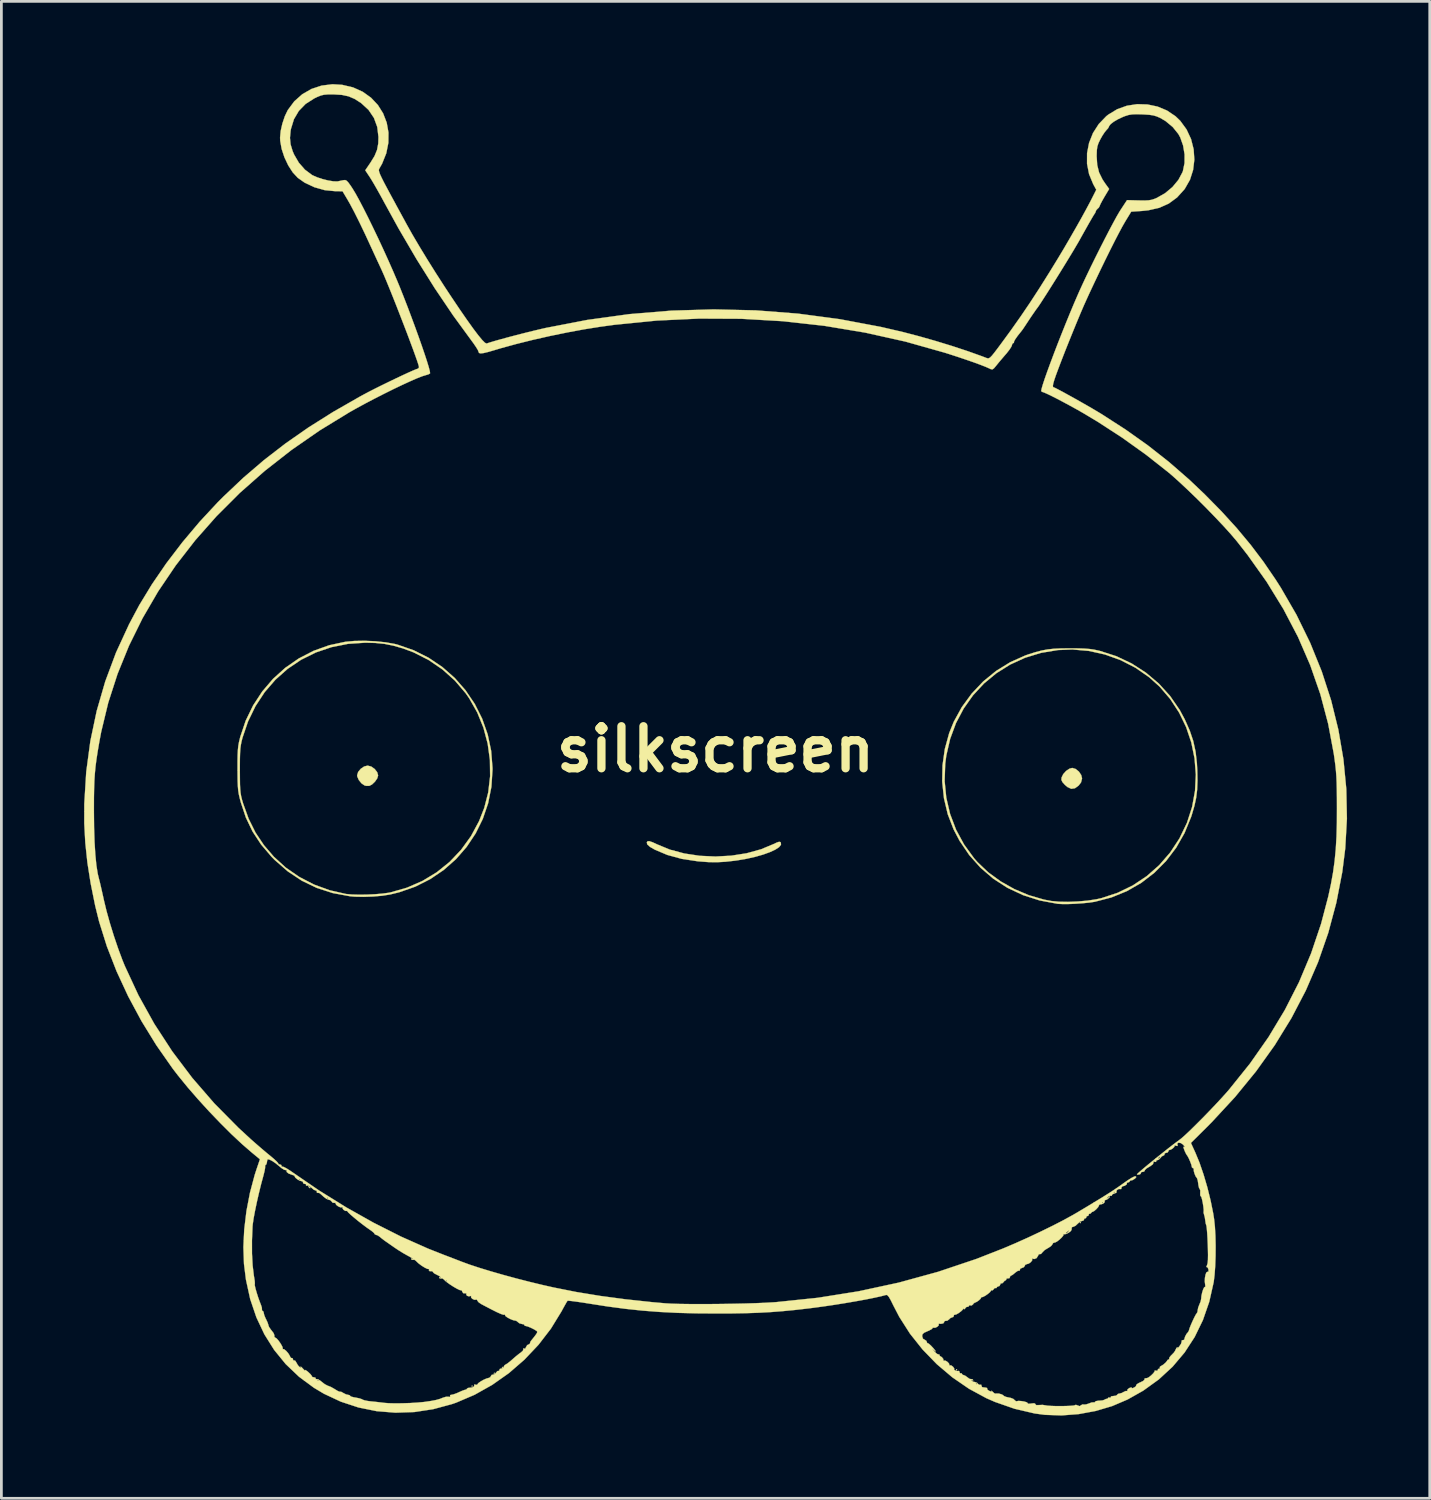
<source format=kicad_pcb>
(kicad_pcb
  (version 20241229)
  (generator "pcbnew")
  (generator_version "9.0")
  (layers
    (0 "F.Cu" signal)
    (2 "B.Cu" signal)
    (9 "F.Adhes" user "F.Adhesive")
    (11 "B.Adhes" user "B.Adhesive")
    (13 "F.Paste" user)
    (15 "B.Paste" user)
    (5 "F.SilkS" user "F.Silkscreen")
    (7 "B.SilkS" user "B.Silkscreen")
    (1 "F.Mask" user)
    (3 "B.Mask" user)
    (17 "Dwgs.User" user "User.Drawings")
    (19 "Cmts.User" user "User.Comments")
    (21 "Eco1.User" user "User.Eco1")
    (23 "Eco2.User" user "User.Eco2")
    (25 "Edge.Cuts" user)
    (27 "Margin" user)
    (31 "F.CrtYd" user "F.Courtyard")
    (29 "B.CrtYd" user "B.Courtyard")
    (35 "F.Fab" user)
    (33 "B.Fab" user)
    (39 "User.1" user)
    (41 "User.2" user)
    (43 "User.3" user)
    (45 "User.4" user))
  (footprint "silkscreen"
    (layer "F.Cu")
    (at 22.896 24.12)
    (property "Reference" "silkscreen" (at 0 0 0) (layer "F.SilkS") (effects (font (size 1.524 1.524) (thickness 0.3))))
    (attr through_hole)
    (fp_poly (pts (xy -8.805 23.093) (xy -8.826 23.114) (xy -8.848 23.093) (xy -8.826 23.072) (xy -8.805 23.093)) (stroke (width 0.01) (type solid)) (fill yes) (layer "F.SilkS"))
    (fp_poly (pts (xy -8.001 22.627) (xy -8.022 22.648) (xy -8.043 22.627) (xy -8.022 22.606) (xy -8.001 22.627)) (stroke (width 0.01) (type solid)) (fill yes) (layer "F.SilkS"))
    (fp_poly (pts (xy -7.705 22.416) (xy -7.726 22.437) (xy -7.747 22.416) (xy -7.726 22.394) (xy -7.705 22.416)) (stroke (width 0.01) (type solid)) (fill yes) (layer "F.SilkS"))
    (fp_poly (pts (xy 8.763 22.5) (xy 8.742 22.521) (xy 8.721 22.5) (xy 8.742 22.479) (xy 8.763 22.5)) (stroke (width 0.01) (type solid)) (fill yes) (layer "F.SilkS"))
    (fp_poly (pts (xy 13.25 17.166) (xy 13.229 17.187) (xy 13.208 17.166) (xy 13.229 17.145) (xy 13.25 17.166)) (stroke (width 0.01) (type solid)) (fill yes) (layer "F.SilkS"))
    (fp_poly (pts (xy -14.739 15.85) (xy -14.693 15.892) (xy -14.702 15.917) (xy -14.708 15.917) (xy -14.744 15.887) (xy -14.757 15.868) (xy -14.762 15.839) (xy -14.739 15.85)) (stroke (width 0.01) (type solid)) (fill yes) (layer "F.SilkS"))
    (fp_poly (pts (xy 13.061 0.715) (xy 13.177 0.809) (xy 13.262 0.935) (xy 13.293 1.058) (xy 13.255 1.204) (xy 13.169 1.316) (xy 13.033 1.415) (xy 12.9 1.434) (xy 12.762 1.37) (xy 12.67 1.291) (xy 12.579 1.189) (xy 12.543 1.109) (xy 12.549 1.026) (xy 12.609 0.903) (xy 12.713 0.787) (xy 12.837 0.704) (xy 12.937 0.677) (xy 13.061 0.715)) (stroke (width 0.01) (type solid)) (fill yes) (layer "F.SilkS"))
    (fp_poly (pts (xy -12.483 0.627) (xy -12.358 0.716) (xy -12.267 0.834) (xy -12.234 0.949) (xy -12.267 1.058) (xy -12.35 1.177) (xy -12.456 1.278) (xy -12.552 1.327) (xy -12.661 1.329) (xy -12.726 1.313) (xy -12.838 1.236) (xy -12.935 1.116) (xy -12.991 0.988) (xy -12.996 0.944) (xy -12.959 0.824) (xy -12.866 0.71) (xy -12.741 0.625) (xy -12.615 0.593) (xy -12.483 0.627)) (stroke (width 0.01) (type solid)) (fill yes) (layer "F.SilkS"))
    (fp_poly (pts (xy -2.275 3.375) (xy -2.133 3.442) (xy -1.654 3.64) (xy -1.129 3.78) (xy -0.572 3.864) (xy 0.000253 3.89) (xy 0.572 3.859) (xy 1.128 3.772) (xy 1.653 3.627) (xy 2.087 3.446) (xy 2.224 3.382) (xy 2.306 3.356) (xy 2.352 3.365) (xy 2.37 3.386) (xy 2.375 3.464) (xy 2.305 3.55) (xy 2.168 3.64) (xy 1.974 3.73) (xy 1.731 3.818) (xy 1.448 3.899) (xy 1.134 3.97) (xy 0.798 4.028) (xy 0.707 4.041) (xy 0.36 4.08) (xy 0.055 4.097) (xy -0.248 4.093) (xy -0.587 4.068) (xy -0.635 4.064) (xy -1.221 3.976) (xy -1.748 3.832) (xy -2.197 3.643) (xy -2.374 3.541) (xy -2.472 3.455) (xy -2.492 3.381) (xy -2.466 3.338) (xy -2.403 3.332) (xy -2.275 3.375)) (stroke (width 0.01) (type solid)) (fill yes) (layer "F.SilkS"))
    (fp_poly (pts (xy 13.157 -3.658) (xy 13.382 -3.65) (xy 13.564 -3.636) (xy 13.725 -3.613) (xy 13.886 -3.579) (xy 13.946 -3.564) (xy 14.539 -3.373) (xy 15.095 -3.109) (xy 15.609 -2.777) (xy 16.074 -2.384) (xy 16.484 -1.933) (xy 16.831 -1.43) (xy 17.019 -1.081) (xy 17.197 -0.678) (xy 17.325 -0.299) (xy 17.409 0.086) (xy 17.457 0.505) (xy 17.471 0.762) (xy 17.478 1.142) (xy 17.466 1.466) (xy 17.43 1.761) (xy 17.367 2.053) (xy 17.275 2.369) (xy 17.247 2.455) (xy 17.01 3.036) (xy 16.706 3.57) (xy 16.339 4.053) (xy 15.916 4.478) (xy 15.441 4.844) (xy 14.919 5.144) (xy 14.355 5.374) (xy 13.758 5.53) (xy 13.563 5.56) (xy 13.322 5.584) (xy 13.061 5.602) (xy 12.806 5.613) (xy 12.582 5.614) (xy 12.414 5.605) (xy 12.404 5.604) (xy 11.756 5.483) (xy 11.15 5.289) (xy 10.589 5.026) (xy 10.075 4.695) (xy 9.612 4.298) (xy 9.203 3.839) (xy 8.851 3.32) (xy 8.634 2.906) (xy 8.422 2.357) (xy 8.285 1.779) (xy 8.221 1.183) (xy 8.222 1.146) (xy 8.309 1.146) (xy 8.369 1.756) (xy 8.508 2.349) (xy 8.724 2.918) (xy 9.015 3.455) (xy 9.377 3.952) (xy 9.502 4.094) (xy 9.889 4.462) (xy 10.339 4.79) (xy 10.836 5.07) (xy 11.364 5.293) (xy 11.907 5.451) (xy 12.174 5.502) (xy 12.452 5.528) (xy 12.783 5.534) (xy 13.14 5.52) (xy 13.493 5.489) (xy 13.814 5.44) (xy 13.991 5.401) (xy 14.582 5.206) (xy 15.131 4.939) (xy 15.636 4.603) (xy 16.089 4.204) (xy 16.487 3.746) (xy 16.824 3.234) (xy 17.095 2.672) (xy 17.099 2.661) (xy 17.283 2.091) (xy 17.389 1.507) (xy 17.418 0.918) (xy 17.372 0.331) (xy 17.254 -0.245) (xy 17.067 -0.801) (xy 16.811 -1.33) (xy 16.49 -1.821) (xy 16.106 -2.269) (xy 15.73 -2.608) (xy 15.232 -2.954) (xy 14.693 -3.231) (xy 14.124 -3.436) (xy 13.536 -3.566) (xy 12.938 -3.618) (xy 12.416 -3.597) (xy 11.802 -3.495) (xy 11.223 -3.317) (xy 10.682 -3.069) (xy 10.184 -2.756) (xy 9.734 -2.383) (xy 9.337 -1.954) (xy 8.998 -1.474) (xy 8.72 -0.947) (xy 8.51 -0.379) (xy 8.37 0.227) (xy 8.331 0.526) (xy 8.309 1.146) (xy 8.222 1.146) (xy 8.232 0.583) (xy 8.316 -0.011) (xy 8.474 -0.587) (xy 8.639 -0.995) (xy 8.933 -1.53) (xy 9.293 -2.021) (xy 9.71 -2.461) (xy 10.178 -2.842) (xy 10.689 -3.157) (xy 11.234 -3.401) (xy 11.345 -3.44) (xy 11.603 -3.521) (xy 11.827 -3.58) (xy 12.043 -3.62) (xy 12.272 -3.645) (xy 12.54 -3.657) (xy 12.868 -3.66) (xy 12.869 -3.66) (xy 13.157 -3.658)) (stroke (width 0.01) (type solid)) (fill yes) (layer "F.SilkS"))
    (fp_poly (pts (xy -12.338 -3.916) (xy -11.966 -3.878) (xy -11.637 -3.82) (xy -11.535 -3.795) (xy -10.948 -3.591) (xy -10.403 -3.318) (xy -9.904 -2.981) (xy -9.455 -2.585) (xy -9.063 -2.137) (xy -8.729 -1.643) (xy -8.461 -1.108) (xy -8.261 -0.539) (xy -8.135 0.059) (xy -8.086 0.679) (xy -8.086 0.741) (xy -8.126 1.361) (xy -8.245 1.957) (xy -8.437 2.522) (xy -8.698 3.052) (xy -9.024 3.541) (xy -9.41 3.984) (xy -9.853 4.376) (xy -10.347 4.71) (xy -10.888 4.983) (xy -11.472 5.187) (xy -11.805 5.268) (xy -12.089 5.312) (xy -12.418 5.341) (xy -12.758 5.352) (xy -13.074 5.346) (xy -13.25 5.331) (xy -13.876 5.216) (xy -14.459 5.028) (xy -15.003 4.766) (xy -15.511 4.428) (xy -15.987 4.013) (xy -16.099 3.899) (xy -16.48 3.452) (xy -16.788 2.982) (xy -17.031 2.474) (xy -17.214 1.925) (xy -17.256 1.766) (xy -17.287 1.628) (xy -17.308 1.492) (xy -17.321 1.34) (xy -17.329 1.152) (xy -17.332 0.91) (xy -17.333 0.72) (xy -17.333 0.604) (xy -17.248 0.604) (xy -17.248 0.762) (xy -17.246 1.052) (xy -17.243 1.274) (xy -17.235 1.445) (xy -17.222 1.582) (xy -17.202 1.701) (xy -17.173 1.82) (xy -17.133 1.956) (xy -17.129 1.968) (xy -16.928 2.524) (xy -16.68 3.022) (xy -16.376 3.477) (xy -16.015 3.898) (xy -15.582 4.292) (xy -15.092 4.63) (xy -14.559 4.906) (xy -13.994 5.113) (xy -13.409 5.246) (xy -13.399 5.248) (xy -13.196 5.267) (xy -12.935 5.274) (xy -12.644 5.271) (xy -12.347 5.257) (xy -12.072 5.234) (xy -11.844 5.203) (xy -11.789 5.192) (xy -11.188 5.02) (xy -10.626 4.775) (xy -10.108 4.461) (xy -9.639 4.083) (xy -9.224 3.645) (xy -8.867 3.151) (xy -8.574 2.607) (xy -8.386 2.128) (xy -8.241 1.563) (xy -8.173 0.978) (xy -8.181 0.385) (xy -8.262 -0.205) (xy -8.415 -0.781) (xy -8.639 -1.332) (xy -8.931 -1.847) (xy -9.06 -2.032) (xy -9.451 -2.49) (xy -9.902 -2.894) (xy -10.404 -3.237) (xy -10.947 -3.512) (xy -11.324 -3.654) (xy -11.675 -3.755) (xy -12.001 -3.821) (xy -12.338 -3.855) (xy -12.7 -3.864) (xy -13.327 -3.822) (xy -13.927 -3.702) (xy -14.496 -3.509) (xy -15.027 -3.245) (xy -15.516 -2.915) (xy -15.958 -2.522) (xy -16.348 -2.071) (xy -16.681 -1.564) (xy -16.952 -1.007) (xy -17.153 -0.416) (xy -17.187 -0.282) (xy -17.212 -0.156) (xy -17.23 -0.021) (xy -17.24 0.139) (xy -17.246 0.342) (xy -17.248 0.604) (xy -17.333 0.604) (xy -17.333 0.429) (xy -17.329 0.204) (xy -17.32 0.028) (xy -17.305 -0.119) (xy -17.281 -0.254) (xy -17.247 -0.396) (xy -17.236 -0.442) (xy -17.037 -1.035) (xy -16.769 -1.587) (xy -16.437 -2.094) (xy -16.047 -2.551) (xy -15.603 -2.952) (xy -15.112 -3.292) (xy -14.58 -3.567) (xy -14.011 -3.771) (xy -13.422 -3.897) (xy -13.095 -3.927) (xy -12.724 -3.933) (xy -12.338 -3.916)) (stroke (width 0.01) (type solid)) (fill yes) (layer "F.SilkS"))
    (fp_poly (pts (xy -13.54 -24.094) (xy -13.142 -24) (xy -12.791 -23.841) (xy -12.49 -23.625) (xy -12.242 -23.361) (xy -12.052 -23.057) (xy -11.923 -22.722) (xy -11.859 -22.364) (xy -11.863 -21.991) (xy -11.939 -21.611) (xy -12.091 -21.233) (xy -12.192 -21.056) (xy -12.205 -21.025) (xy -12.207 -20.985) (xy -12.193 -20.927) (xy -12.162 -20.843) (xy -12.107 -20.725) (xy -12.027 -20.565) (xy -11.916 -20.356) (xy -11.772 -20.088) (xy -11.591 -19.755) (xy -11.588 -19.748) (xy -11.476 -19.543) (xy -11.365 -19.339) (xy -11.269 -19.163) (xy -11.208 -19.05) (xy -10.994 -18.668) (xy -10.738 -18.234) (xy -10.451 -17.762) (xy -10.141 -17.267) (xy -9.818 -16.765) (xy -9.594 -16.426) (xy -9.286 -15.967) (xy -9.018 -15.579) (xy -8.791 -15.261) (xy -8.606 -15.016) (xy -8.462 -14.842) (xy -8.361 -14.741) (xy -8.302 -14.712) (xy -8.299 -14.713) (xy -8.184 -14.751) (xy -8.001 -14.806) (xy -7.766 -14.872) (xy -7.494 -14.946) (xy -7.2 -15.023) (xy -6.899 -15.1) (xy -6.605 -15.173) (xy -6.335 -15.237) (xy -6.16 -15.277) (xy -4.648 -15.569) (xy -3.125 -15.779) (xy -1.595 -15.906) (xy -0.063 -15.951) (xy 1.467 -15.915) (xy 2.991 -15.797) (xy 4.504 -15.596) (xy 6.002 -15.314) (xy 6.795 -15.13) (xy 7.38 -14.977) (xy 7.984 -14.805) (xy 8.582 -14.622) (xy 9.152 -14.434) (xy 9.669 -14.249) (xy 9.827 -14.188) (xy 9.871 -14.175) (xy 9.912 -14.179) (xy 9.96 -14.208) (xy 10.024 -14.273) (xy 10.112 -14.382) (xy 10.236 -14.545) (xy 10.338 -14.682) (xy 10.713 -15.194) (xy 11.068 -15.697) (xy 11.415 -16.209) (xy 11.766 -16.749) (xy 12.133 -17.334) (xy 12.432 -17.822) (xy 12.637 -18.164) (xy 12.848 -18.526) (xy 13.058 -18.891) (xy 13.257 -19.243) (xy 13.434 -19.566) (xy 13.582 -19.843) (xy 13.651 -19.977) (xy 13.808 -20.289) (xy 13.697 -20.493) (xy 13.547 -20.854) (xy 13.473 -21.232) (xy 13.474 -21.615) (xy 13.547 -21.99) (xy 13.689 -22.347) (xy 13.898 -22.672) (xy 14.17 -22.955) (xy 14.245 -23.014) (xy 14.567 -23.21) (xy 14.92 -23.336) (xy 15.29 -23.393) (xy 15.664 -23.382) (xy 16.03 -23.305) (xy 16.373 -23.162) (xy 16.681 -22.955) (xy 16.854 -22.788) (xy 17.083 -22.474) (xy 17.245 -22.127) (xy 17.339 -21.757) (xy 17.364 -21.379) (xy 17.319 -21.006) (xy 17.205 -20.65) (xy 17.019 -20.324) (xy 17 -20.299) (xy 16.737 -20.009) (xy 16.436 -19.788) (xy 16.091 -19.634) (xy 15.694 -19.544) (xy 15.464 -19.52) (xy 15.075 -19.494) (xy 14.856 -19.135) (xy 14.757 -18.963) (xy 14.629 -18.724) (xy 14.477 -18.431) (xy 14.308 -18.095) (xy 14.125 -17.725) (xy 13.936 -17.334) (xy 13.745 -16.933) (xy 13.557 -16.533) (xy 13.45 -16.298) (xy 13.351 -16.077) (xy 13.23 -15.795) (xy 13.094 -15.469) (xy 12.95 -15.117) (xy 12.805 -14.758) (xy 12.677 -14.437) (xy 12.536 -14.074) (xy 12.425 -13.782) (xy 12.341 -13.555) (xy 12.283 -13.384) (xy 12.248 -13.263) (xy 12.235 -13.184) (xy 12.24 -13.14) (xy 12.261 -13.124) (xy 12.268 -13.123) (xy 12.317 -13.103) (xy 12.426 -13.047) (xy 12.585 -12.963) (xy 12.779 -12.856) (xy 12.998 -12.735) (xy 13.228 -12.605) (xy 13.458 -12.474) (xy 13.674 -12.349) (xy 13.865 -12.236) (xy 13.991 -12.16) (xy 14.868 -11.595) (xy 15.678 -11.02) (xy 16.44 -10.421) (xy 17.172 -9.784) (xy 17.732 -9.253) (xy 18.349 -8.626) (xy 18.903 -8.018) (xy 19.405 -7.415) (xy 19.87 -6.8) (xy 20.309 -6.157) (xy 20.501 -5.857) (xy 21.071 -4.87) (xy 21.565 -3.858) (xy 21.984 -2.823) (xy 22.325 -1.772) (xy 22.587 -0.707) (xy 22.771 0.366) (xy 22.875 1.443) (xy 22.897 2.52) (xy 22.837 3.593) (xy 22.73 4.445) (xy 22.512 5.568) (xy 22.22 6.658) (xy 21.852 7.717) (xy 21.407 8.746) (xy 20.885 9.748) (xy 20.284 10.725) (xy 19.603 11.678) (xy 18.842 12.609) (xy 17.999 13.52) (xy 17.788 13.732) (xy 17.24 14.276) (xy 17.398 14.621) (xy 17.551 14.991) (xy 17.699 15.422) (xy 17.836 15.888) (xy 17.954 16.365) (xy 18.048 16.829) (xy 18.081 17.039) (xy 18.11 17.313) (xy 18.129 17.644) (xy 18.137 18.007) (xy 18.134 18.38) (xy 18.121 18.74) (xy 18.098 19.062) (xy 18.066 19.324) (xy 18.065 19.327) (xy 17.905 20.037) (xy 17.675 20.7) (xy 17.376 21.314) (xy 17.009 21.878) (xy 16.575 22.391) (xy 16.075 22.852) (xy 15.511 23.259) (xy 14.942 23.58) (xy 14.385 23.818) (xy 13.789 23.995) (xy 13.172 24.109) (xy 12.551 24.157) (xy 11.945 24.136) (xy 11.578 24.087) (xy 10.842 23.915) (xy 10.132 23.667) (xy 9.823 23.532) (xy 9.19 23.189) (xy 8.927 23.008) (xy 9.44 23.008) (xy 9.461 23.029) (xy 9.483 23.008) (xy 9.461 22.987) (xy 9.44 23.008) (xy 8.927 23.008) (xy 8.588 22.775) (xy 8.025 22.298) (xy 7.51 21.767) (xy 7.053 21.193) (xy 6.664 20.583) (xy 6.455 20.181) (xy 6.361 19.99) (xy 6.291 19.867) (xy 6.239 19.803) (xy 6.196 19.786) (xy 6.188 19.788) (xy 6.004 19.836) (xy 5.75 19.892) (xy 5.44 19.954) (xy 5.088 20.018) (xy 4.709 20.083) (xy 4.316 20.146) (xy 3.923 20.204) (xy 3.545 20.255) (xy 3.387 20.275) (xy 2.894 20.332) (xy 2.439 20.376) (xy 2.003 20.41) (xy 1.563 20.434) (xy 1.1 20.45) (xy 0.592 20.459) (xy 0.064 20.461) (xy -0.689 20.456) (xy -1.378 20.438) (xy -2.024 20.405) (xy -2.648 20.357) (xy -3.271 20.291) (xy -3.912 20.206) (xy -4.566 20.104) (xy -4.813 20.065) (xy -5.029 20.034) (xy -5.203 20.011) (xy -5.32 19.999) (xy -5.367 20) (xy -5.396 20.045) (xy -5.455 20.148) (xy -5.534 20.29) (xy -5.584 20.384) (xy -5.968 21.01) (xy -6.419 21.596) (xy -6.93 22.136) (xy -7.492 22.623) (xy -8.098 23.05) (xy -8.737 23.409) (xy -9.404 23.694) (xy -9.558 23.747) (xy -10.238 23.931) (xy -10.924 24.035) (xy -11.608 24.058) (xy -12.284 24.003) (xy -12.946 23.869) (xy -13.587 23.658) (xy -14.2 23.371) (xy -14.563 23.154) (xy -14.932 22.881) (xy -14.436 22.881) (xy -14.415 22.902) (xy -14.393 22.881) (xy -14.415 22.86) (xy -14.436 22.881) (xy -14.932 22.881) (xy -15.104 22.754) (xy -15.585 22.296) (xy -16.004 21.782) (xy -16.359 21.216) (xy -16.649 20.601) (xy -16.873 19.94) (xy -17.027 19.236) (xy -17.099 18.66) (xy -17.12 18.056) (xy -17.109 17.813) (xy -16.809 17.813) (xy -16.808 18.289) (xy -16.785 18.717) (xy -16.741 19.083) (xy -16.729 19.156) (xy -16.709 19.283) (xy -16.704 19.374) (xy -16.708 19.399) (xy -16.705 19.453) (xy -16.679 19.565) (xy -16.636 19.714) (xy -16.584 19.878) (xy -16.527 20.036) (xy -16.485 20.143) (xy -16.451 20.246) (xy -16.446 20.317) (xy -16.448 20.323) (xy -16.442 20.36) (xy -16.428 20.362) (xy -16.39 20.397) (xy -16.383 20.437) (xy -16.364 20.52) (xy -16.316 20.636) (xy -16.298 20.67) (xy -16.245 20.782) (xy -16.216 20.868) (xy -16.214 20.885) (xy -16.188 20.952) (xy -16.124 21.045) (xy -16.108 21.065) (xy -16.026 21.171) (xy -15.996 21.25) (xy -15.997 21.304) (xy -15.971 21.335) (xy -15.963 21.336) (xy -15.912 21.369) (xy -15.842 21.449) (xy -15.77 21.552) (xy -15.713 21.652) (xy -15.69 21.722) (xy -15.693 21.734) (xy -15.699 21.759) (xy -15.687 21.751) (xy -15.641 21.759) (xy -15.57 21.816) (xy -15.496 21.9) (xy -15.44 21.99) (xy -15.429 22.019) (xy -15.392 22.074) (xy -15.364 22.075) (xy -15.331 22.087) (xy -15.325 22.119) (xy -15.305 22.165) (xy -15.282 22.161) (xy -15.238 22.175) (xy -15.202 22.235) (xy -15.141 22.34) (xy -15.088 22.396) (xy -15.035 22.435) (xy -15.033 22.418) (xy -15.044 22.394) (xy -15.041 22.382) (xy -14.994 22.425) (xy -14.963 22.458) (xy -14.902 22.521) (xy -14.879 22.534) (xy -14.884 22.521) (xy -14.877 22.507) (xy -14.821 22.542) (xy -14.772 22.581) (xy -14.687 22.662) (xy -14.64 22.724) (xy -14.637 22.74) (xy -14.61 22.768) (xy -14.56 22.775) (xy -14.502 22.791) (xy -14.499 22.817) (xy -14.493 22.843) (xy -14.469 22.838) (xy -14.406 22.851) (xy -14.315 22.909) (xy -14.28 22.939) (xy -14.171 23.023) (xy -14.066 23.079) (xy -14.044 23.086) (xy -13.944 23.126) (xy -13.822 23.195) (xy -13.79 23.215) (xy -13.694 23.273) (xy -13.628 23.299) (xy -13.616 23.297) (xy -13.57 23.302) (xy -13.498 23.343) (xy -13.398 23.394) (xy -13.326 23.41) (xy -13.262 23.427) (xy -13.25 23.447) (xy -13.213 23.474) (xy -13.117 23.5) (xy -13.054 23.51) (xy -12.924 23.536) (xy -12.827 23.567) (xy -12.805 23.581) (xy -12.736 23.608) (xy -12.613 23.633) (xy -12.504 23.647) (xy -12.313 23.666) (xy -12.11 23.69) (xy -12.023 23.701) (xy -11.853 23.714) (xy -11.623 23.72) (xy -11.357 23.717) (xy -11.079 23.708) (xy -10.813 23.692) (xy -10.583 23.671) (xy -10.541 23.666) (xy -10.305 23.631) (xy -10.131 23.597) (xy -9.993 23.558) (xy -9.878 23.512) (xy -9.766 23.479) (xy -9.675 23.479) (xy -9.67 23.481) (xy -9.619 23.489) (xy -9.626 23.46) (xy -9.622 23.419) (xy -9.578 23.41) (xy -9.494 23.392) (xy -9.372 23.347) (xy -9.311 23.319) (xy -9.19 23.265) (xy -9.097 23.232) (xy -9.07 23.227) (xy -9.021 23.205) (xy -9.017 23.192) (xy -8.982 23.163) (xy -8.936 23.156) (xy -8.822 23.142) (xy -8.754 23.105) (xy -8.749 23.06) (xy -8.746 23.033) (xy -8.706 23.042) (xy -8.648 23.048) (xy -8.636 23.032) (xy -8.601 22.986) (xy -8.515 22.925) (xy -8.405 22.863) (xy -8.298 22.817) (xy -8.234 22.801) (xy -8.165 22.771) (xy -8.148 22.733) (xy -8.114 22.685) (xy -8.076 22.681) (xy -8.003 22.658) (xy -7.959 22.606) (xy -7.908 22.548) (xy -7.871 22.544) (xy -7.841 22.537) (xy -7.841 22.514) (xy -7.816 22.468) (xy -7.768 22.458) (xy -7.7 22.433) (xy -7.684 22.399) (xy -7.649 22.335) (xy -7.613 22.314) (xy -7.545 22.273) (xy -7.442 22.192) (xy -7.358 22.119) (xy -7.234 22.011) (xy -7.115 21.916) (xy -7.056 21.874) (xy -6.984 21.809) (xy -6.967 21.754) (xy -6.969 21.751) (xy -6.972 21.724) (xy -6.946 21.736) (xy -6.896 21.731) (xy -6.871 21.679) (xy -6.829 21.608) (xy -6.79 21.59) (xy -6.736 21.564) (xy -6.731 21.546) (xy -6.707 21.476) (xy -6.689 21.451) (xy -6.571 21.304) (xy -6.5 21.209) (xy -6.468 21.151) (xy -6.466 21.117) (xy -6.488 21.093) (xy -6.581 21.035) (xy -6.702 20.975) (xy -6.817 20.929) (xy -6.888 20.913) (xy -6.93 20.896) (xy -6.928 20.881) (xy -6.949 20.855) (xy -7.016 20.843) (xy -7.111 20.817) (xy -7.158 20.779) (xy -7.223 20.728) (xy -7.251 20.721) (xy -7.337 20.704) (xy -7.443 20.661) (xy -7.545 20.607) (xy -7.616 20.555) (xy -7.633 20.519) (xy -7.635 20.497) (xy -7.654 20.505) (xy -7.698 20.505) (xy -7.788 20.475) (xy -7.931 20.411) (xy -8.132 20.31) (xy -8.398 20.171) (xy -8.497 20.118) (xy -8.588 20.056) (xy -8.634 19.998) (xy -8.635 19.989) (xy -8.659 19.954) (xy -8.677 19.96) (xy -8.742 19.964) (xy -8.815 19.932) (xy -8.863 19.882) (xy -8.863 19.846) (xy -8.861 19.819) (xy -8.88 19.827) (xy -8.946 19.839) (xy -9.011 19.818) (xy -9.039 19.778) (xy -9.035 19.764) (xy -9.035 19.732) (xy -9.046 19.731) (xy -9.146 19.726) (xy -9.186 19.669) (xy -9.186 19.661) (xy -9.206 19.617) (xy -9.226 19.62) (xy -9.278 19.61) (xy -9.377 19.562) (xy -9.503 19.489) (xy -9.633 19.405) (xy -9.749 19.321) (xy -9.792 19.283) (xy -9.779 19.283) (xy -9.758 19.304) (xy -9.737 19.283) (xy -9.758 19.262) (xy -9.779 19.283) (xy -9.792 19.283) (xy -9.828 19.251) (xy -9.841 19.235) (xy -9.902 19.189) (xy -9.939 19.192) (xy -9.998 19.189) (xy -10.015 19.171) (xy -10.021 19.142) (xy -9.991 19.156) (xy -9.955 19.167) (xy -9.962 19.147) (xy -10.017 19.101) (xy -10.113 19.052) (xy -10.117 19.05) (xy -10.204 19.004) (xy -10.244 18.963) (xy -10.245 18.96) (xy -10.271 18.928) (xy -10.276 18.928) (xy -10.365 18.927) (xy -10.396 18.893) (xy -10.389 18.874) (xy -10.383 18.844) (xy -10.399 18.85) (xy -10.453 18.842) (xy -10.55 18.794) (xy -10.663 18.723) (xy -10.771 18.642) (xy -10.849 18.568) (xy -10.858 18.557) (xy -10.918 18.512) (xy -10.955 18.515) (xy -11.014 18.512) (xy -11.031 18.494) (xy -11.037 18.464) (xy -11.013 18.474) (xy -10.969 18.491) (xy -10.964 18.485) (xy -10.999 18.457) (xy -11.087 18.404) (xy -11.181 18.353) (xy -11.333 18.267) (xy -11.51 18.157) (xy -11.65 18.063) (xy -11.79 17.965) (xy -11.913 17.879) (xy -11.994 17.823) (xy -11.995 17.822) (xy -12.102 17.741) (xy -12.168 17.685) (xy -12.251 17.628) (xy -12.306 17.611) (xy -12.357 17.588) (xy -12.361 17.574) (xy -12.394 17.531) (xy -12.476 17.463) (xy -12.53 17.426) (xy -12.66 17.335) (xy -12.81 17.222) (xy -12.965 17.101) (xy -13.11 16.981) (xy -13.233 16.876) (xy -13.319 16.795) (xy -13.354 16.751) (xy -13.354 16.748) (xy -13.357 16.738) (xy -13.362 16.741) (xy -13.418 16.743) (xy -13.484 16.705) (xy -13.523 16.654) (xy -13.52 16.628) (xy -13.517 16.602) (xy -13.539 16.611) (xy -13.6 16.612) (xy -13.681 16.577) (xy -13.751 16.524) (xy -13.78 16.474) (xy -13.777 16.464) (xy -13.787 16.444) (xy -13.819 16.451) (xy -13.888 16.441) (xy -13.911 16.409) (xy -13.97 16.35) (xy -14.012 16.341) (xy -14.089 16.313) (xy -14.141 16.277) (xy -14.097 16.277) (xy -14.076 16.298) (xy -14.055 16.277) (xy -14.076 16.256) (xy -14.097 16.277) (xy -14.141 16.277) (xy -14.189 16.244) (xy -14.222 16.216) (xy -14.307 16.139) (xy -14.365 16.094) (xy -14.374 16.089) (xy -14.429 16.087) (xy -14.438 16.087) (xy -14.463 16.061) (xy -14.457 16.044) (xy -14.466 16.008) (xy -14.497 16.002) (xy -14.57 15.972) (xy -14.652 15.9) (xy -14.652 15.899) (xy -14.74 15.83) (xy -14.807 15.822) (xy -14.851 15.825) (xy -14.845 15.802) (xy -14.854 15.768) (xy -14.891 15.763) (xy -14.948 15.744) (xy -14.954 15.716) (xy -14.978 15.671) (xy -15.011 15.663) (xy -15.081 15.643) (xy -15.154 15.6) (xy -15.113 15.6) (xy -15.092 15.621) (xy -15.071 15.6) (xy -15.092 15.579) (xy -15.113 15.6) (xy -15.154 15.6) (xy -15.164 15.594) (xy -15.233 15.537) (xy -15.261 15.492) (xy -15.258 15.484) (xy -15.277 15.46) (xy -15.354 15.432) (xy -15.354 15.432) (xy -15.479 15.386) (xy -15.55 15.329) (xy -15.555 15.278) (xy -15.563 15.256) (xy -15.587 15.262) (xy -15.646 15.247) (xy -15.741 15.186) (xy -15.818 15.122) (xy -15.947 15.016) (xy -16.072 14.931) (xy -16.176 14.879) (xy -16.238 14.87) (xy -16.243 14.874) (xy -16.26 14.926) (xy -16.267 14.981) (xy -16.287 15.053) (xy -16.311 15.071) (xy -16.334 15.101) (xy -16.331 15.122) (xy -16.333 15.186) (xy -16.355 15.305) (xy -16.391 15.45) (xy -16.478 15.772) (xy -16.56 16.106) (xy -16.635 16.434) (xy -16.699 16.741) (xy -16.749 17.008) (xy -16.78 17.22) (xy -16.788 17.306) (xy -16.809 17.813) (xy -17.109 17.813) (xy -17.089 17.41) (xy -17.009 16.743) (xy -16.881 16.078) (xy -16.71 15.436) (xy -16.642 15.226) (xy -16.52 14.868) (xy -16.815 14.625) (xy -17.167 14.32) (xy -17.552 13.96) (xy -17.955 13.558) (xy -18.365 13.131) (xy -18.765 12.692) (xy -19.143 12.257) (xy -19.484 11.839) (xy -19.685 11.578) (xy -20.277 10.732) (xy -20.816 9.856) (xy -21.298 8.959) (xy -21.718 8.053) (xy -22.071 7.146) (xy -22.352 6.25) (xy -22.495 5.673) (xy -22.658 4.866) (xy -22.777 4.111) (xy -22.853 3.391) (xy -22.891 2.686) (xy -22.89 2.15) (xy -22.54 2.15) (xy -22.54 2.265) (xy -22.534 2.845) (xy -22.517 3.365) (xy -22.489 3.82) (xy -22.451 4.205) (xy -22.402 4.514) (xy -22.352 4.72) (xy -22.329 4.806) (xy -22.294 4.957) (xy -22.249 5.153) (xy -22.199 5.376) (xy -22.181 5.461) (xy -22.085 5.859) (xy -21.961 6.304) (xy -21.817 6.77) (xy -21.662 7.227) (xy -21.505 7.649) (xy -21.421 7.855) (xy -20.924 8.924) (xy -20.35 9.958) (xy -19.7 10.956) (xy -18.974 11.918) (xy -18.174 12.842) (xy -17.3 13.726) (xy -16.849 14.142) (xy -16.658 14.31) (xy -16.454 14.486) (xy -16.264 14.647) (xy -16.14 14.748) (xy -16.009 14.859) (xy -15.91 14.951) (xy -15.858 15.013) (xy -15.854 15.028) (xy -15.838 15.053) (xy -15.8 15.055) (xy -15.744 15.076) (xy -15.738 15.106) (xy -15.726 15.141) (xy -15.706 15.135) (xy -15.656 15.147) (xy -15.554 15.2) (xy -15.418 15.286) (xy -15.314 15.358) (xy -14.367 16.006) (xy -13.391 16.612) (xy -12.4 17.169) (xy -11.408 17.67) (xy -10.429 18.106) (xy -9.86 18.331) (xy -9.65 18.411) (xy -9.426 18.497) (xy -9.23 18.573) (xy -9.207 18.582) (xy -8.918 18.688) (xy -8.56 18.806) (xy -8.149 18.931) (xy -7.698 19.061) (xy -7.223 19.19) (xy -6.739 19.314) (xy -6.259 19.43) (xy -5.863 19.519) (xy -5.045 19.682) (xy -4.185 19.823) (xy -3.272 19.945) (xy -2.294 20.05) (xy -1.82 20.092) (xy -1.612 20.104) (xy -1.333 20.113) (xy -0.997 20.118) (xy -0.617 20.12) (xy -0.208 20.119) (xy 0.217 20.115) (xy 0.645 20.108) (xy 1.061 20.099) (xy 1.453 20.087) (xy 1.805 20.072) (xy 2.105 20.055) (xy 2.204 20.048) (xy 3.705 19.892) (xy 5.186 19.656) (xy 6.642 19.342) (xy 8.069 18.95) (xy 9.465 18.481) (xy 10.435 18.101) (xy 10.88 17.911) (xy 11.337 17.706) (xy 11.664 17.552) (xy 12.7 17.552) (xy 12.721 17.565) (xy 12.777 17.511) (xy 12.79 17.494) (xy 12.827 17.444) (xy 12.805 17.455) (xy 12.774 17.478) (xy 12.715 17.53) (xy 12.7 17.552) (xy 11.664 17.552) (xy 11.791 17.492) (xy 12.224 17.28) (xy 12.62 17.076) (xy 12.96 16.889) (xy 13.095 16.811) (xy 13.467 16.589) (xy 13.702 16.447) (xy 14.012 16.447) (xy 14.034 16.468) (xy 14.055 16.447) (xy 14.034 16.425) (xy 14.012 16.447) (xy 13.702 16.447) (xy 13.775 16.402) (xy 14.031 16.246) (xy 14.242 16.113) (xy 14.317 16.066) (xy 14.436 16.066) (xy 14.457 16.087) (xy 14.478 16.066) (xy 14.457 16.044) (xy 14.436 16.066) (xy 14.317 16.066) (xy 14.421 15.998) (xy 14.575 15.894) (xy 14.716 15.796) (xy 14.794 15.739) (xy 14.956 15.626) (xy 15.094 15.54) (xy 15.193 15.491) (xy 15.233 15.484) (xy 15.26 15.512) (xy 15.22 15.561) (xy 15.193 15.582) (xy 15.113 15.629) (xy 15.061 15.636) (xy 15.03 15.647) (xy 15.028 15.661) (xy 14.994 15.7) (xy 14.962 15.706) (xy 14.917 15.724) (xy 14.92 15.744) (xy 14.906 15.786) (xy 14.837 15.829) (xy 14.753 15.852) (xy 14.722 15.89) (xy 14.723 15.914) (xy 14.707 15.952) (xy 14.673 15.946) (xy 14.609 15.951) (xy 14.553 15.992) (xy 14.538 16.042) (xy 14.547 16.057) (xy 14.531 16.084) (xy 14.462 16.11) (xy 14.389 16.142) (xy 14.375 16.175) (xy 14.365 16.196) (xy 14.339 16.19) (xy 14.269 16.202) (xy 14.22 16.243) (xy 14.183 16.295) (xy 14.201 16.288) (xy 14.245 16.256) (xy 14.303 16.215) (xy 14.3 16.229) (xy 14.272 16.267) (xy 14.2 16.326) (xy 14.153 16.341) (xy 14.112 16.36) (xy 14.115 16.378) (xy 14.108 16.432) (xy 14.052 16.482) (xy 13.98 16.503) (xy 13.966 16.501) (xy 13.915 16.519) (xy 13.908 16.539) (xy 13.879 16.6) (xy 13.812 16.676) (xy 13.734 16.744) (xy 13.673 16.775) (xy 13.664 16.775) (xy 13.633 16.795) (xy 13.631 16.806) (xy 13.599 16.839) (xy 13.578 16.838) (xy 13.537 16.859) (xy 13.536 16.88) (xy 13.515 16.922) (xy 13.494 16.923) (xy 13.452 16.944) (xy 13.451 16.965) (xy 13.43 17.007) (xy 13.409 17.007) (xy 13.367 17.028) (xy 13.367 17.05) (xy 13.341 17.093) (xy 13.296 17.103) (xy 13.213 17.134) (xy 13.131 17.209) (xy 13.052 17.283) (xy 12.98 17.314) (xy 12.98 17.314) (xy 12.924 17.332) (xy 12.912 17.402) (xy 12.914 17.423) (xy 12.883 17.474) (xy 12.807 17.532) (xy 12.719 17.577) (xy 12.653 17.588) (xy 12.647 17.585) (xy 12.616 17.575) (xy 12.623 17.587) (xy 12.614 17.632) (xy 12.556 17.704) (xy 12.472 17.784) (xy 12.383 17.852) (xy 12.312 17.888) (xy 12.291 17.889) (xy 12.242 17.907) (xy 12.223 17.945) (xy 12.175 18.009) (xy 12.079 18.077) (xy 12.05 18.092) (xy 11.939 18.16) (xy 11.861 18.235) (xy 11.852 18.249) (xy 11.801 18.304) (xy 11.764 18.306) (xy 11.721 18.318) (xy 11.698 18.365) (xy 11.643 18.453) (xy 11.557 18.487) (xy 11.5 18.472) (xy 11.474 18.466) (xy 11.483 18.479) (xy 11.485 18.533) (xy 11.435 18.599) (xy 11.36 18.652) (xy 11.296 18.669) (xy 11.231 18.696) (xy 11.218 18.73) (xy 11.182 18.782) (xy 11.123 18.805) (xy 11.054 18.836) (xy 11.039 18.874) (xy 11.029 18.91) (xy 11.013 18.906) (xy 10.96 18.916) (xy 10.879 18.972) (xy 10.862 18.987) (xy 10.777 19.057) (xy 10.714 19.091) (xy 10.708 19.092) (xy 10.678 19.124) (xy 10.679 19.145) (xy 10.655 19.184) (xy 10.614 19.186) (xy 10.557 19.193) (xy 10.551 19.213) (xy 10.533 19.252) (xy 10.524 19.254) (xy 10.473 19.286) (xy 10.447 19.322) (xy 10.397 19.368) (xy 10.369 19.366) (xy 10.335 19.377) (xy 10.329 19.407) (xy 10.297 19.465) (xy 10.266 19.473) (xy 10.21 19.498) (xy 10.202 19.518) (xy 10.176 19.543) (xy 10.16 19.537) (xy 10.111 19.546) (xy 10.092 19.576) (xy 10.052 19.621) (xy 10.029 19.619) (xy 9.993 19.622) (xy 9.991 19.632) (xy 9.958 19.682) (xy 9.879 19.75) (xy 9.783 19.817) (xy 9.697 19.861) (xy 9.665 19.868) (xy 9.626 19.88) (xy 9.629 19.888) (xy 9.615 19.924) (xy 9.556 19.98) (xy 9.481 20.034) (xy 9.416 20.065) (xy 9.406 20.066) (xy 9.357 20.1) (xy 9.341 20.129) (xy 9.288 20.171) (xy 9.251 20.167) (xy 9.196 20.169) (xy 9.186 20.191) (xy 9.162 20.221) (xy 9.147 20.216) (xy 9.097 20.227) (xy 9.063 20.266) (xy 9.028 20.309) (xy 9.018 20.299) (xy 9.001 20.282) (xy 8.985 20.3) (xy 8.917 20.371) (xy 8.824 20.442) (xy 8.734 20.494) (xy 8.676 20.508) (xy 8.672 20.507) (xy 8.645 20.516) (xy 8.646 20.539) (xy 8.623 20.588) (xy 8.594 20.595) (xy 8.519 20.626) (xy 8.473 20.672) (xy 8.405 20.724) (xy 8.356 20.726) (xy 8.305 20.737) (xy 8.297 20.766) (xy 8.261 20.819) (xy 8.169 20.837) (xy 8.107 20.829) (xy 8.088 20.842) (xy 8.096 20.852) (xy 8.093 20.895) (xy 8.041 20.943) (xy 7.971 20.977) (xy 7.916 20.976) (xy 7.877 20.978) (xy 7.874 20.991) (xy 7.838 21.029) (xy 7.746 21.079) (xy 7.684 21.105) (xy 7.563 21.16) (xy 7.506 21.215) (xy 7.493 21.282) (xy 7.524 21.377) (xy 7.578 21.408) (xy 7.646 21.452) (xy 7.662 21.492) (xy 7.679 21.537) (xy 7.694 21.536) (xy 7.736 21.557) (xy 7.814 21.627) (xy 7.895 21.714) (xy 7.965 21.799) (xy 7.988 21.839) (xy 7.96 21.824) (xy 7.958 21.823) (xy 7.853 21.739) (xy 7.954 21.854) (xy 8.03 21.923) (xy 8.086 21.948) (xy 8.093 21.945) (xy 8.12 21.947) (xy 8.118 21.957) (xy 8.135 22) (xy 8.139 22.002) (xy 8.209 22.045) (xy 8.26 22.109) (xy 8.265 22.157) (xy 8.269 22.177) (xy 8.285 22.169) (xy 8.342 22.172) (xy 8.412 22.216) (xy 8.468 22.275) (xy 8.48 22.326) (xy 8.476 22.331) (xy 8.475 22.347) (xy 8.493 22.339) (xy 8.553 22.346) (xy 8.616 22.395) (xy 8.659 22.456) (xy 8.653 22.48) (xy 8.652 22.498) (xy 8.689 22.525) (xy 8.769 22.549) (xy 8.806 22.542) (xy 8.841 22.553) (xy 8.848 22.585) (xy 8.868 22.631) (xy 8.89 22.627) (xy 8.929 22.631) (xy 8.932 22.646) (xy 8.966 22.687) (xy 8.988 22.691) (xy 9.057 22.718) (xy 9.137 22.777) (xy 9.214 22.832) (xy 9.269 22.84) (xy 9.322 22.847) (xy 9.338 22.866) (xy 9.344 22.895) (xy 9.313 22.881) (xy 9.278 22.87) (xy 9.288 22.896) (xy 9.351 22.937) (xy 9.402 22.945) (xy 9.482 22.972) (xy 9.509 23.005) (xy 9.561 23.046) (xy 9.594 23.043) (xy 9.641 23.047) (xy 9.643 23.075) (xy 9.666 23.128) (xy 9.694 23.137) (xy 9.805 23.15) (xy 9.85 23.164) (xy 9.851 23.185) (xy 9.849 23.189) (xy 9.867 23.228) (xy 9.931 23.269) (xy 10.002 23.296) (xy 10.013 23.278) (xy 10.009 23.269) (xy 10.011 23.258) (xy 10.046 23.296) (xy 10.109 23.352) (xy 10.145 23.365) (xy 10.275 23.364) (xy 10.391 23.399) (xy 10.423 23.421) (xy 10.472 23.459) (xy 10.538 23.486) (xy 10.649 23.511) (xy 10.71 23.523) (xy 10.805 23.561) (xy 10.85 23.604) (xy 10.899 23.645) (xy 10.925 23.641) (xy 10.988 23.63) (xy 11.088 23.636) (xy 11.196 23.654) (xy 11.283 23.68) (xy 11.321 23.708) (xy 11.32 23.714) (xy 11.337 23.735) (xy 11.423 23.73) (xy 11.447 23.726) (xy 11.556 23.715) (xy 11.598 23.739) (xy 11.599 23.75) (xy 11.635 23.784) (xy 11.737 23.781) (xy 11.86 23.775) (xy 11.957 23.79) (xy 12.034 23.803) (xy 12.166 23.812) (xy 12.334 23.818) (xy 12.518 23.819) (xy 12.699 23.816) (xy 12.859 23.81) (xy 12.978 23.8) (xy 13.036 23.787) (xy 13.039 23.783) (xy 13.069 23.772) (xy 13.129 23.794) (xy 13.207 23.821) (xy 13.251 23.79) (xy 13.313 23.756) (xy 13.35 23.762) (xy 13.431 23.761) (xy 13.537 23.726) (xy 13.544 23.723) (xy 13.643 23.686) (xy 13.712 23.683) (xy 13.715 23.685) (xy 13.755 23.682) (xy 13.758 23.667) (xy 13.796 23.639) (xy 13.889 23.623) (xy 13.925 23.622) (xy 14.038 23.612) (xy 14.111 23.587) (xy 14.119 23.579) (xy 14.169 23.555) (xy 14.185 23.56) (xy 14.221 23.552) (xy 14.224 23.535) (xy 14.255 23.505) (xy 14.29 23.511) (xy 14.333 23.514) (xy 14.33 23.495) (xy 14.347 23.465) (xy 14.428 23.453) (xy 14.433 23.453) (xy 14.523 23.441) (xy 14.563 23.412) (xy 14.563 23.41) (xy 14.598 23.375) (xy 14.638 23.368) (xy 14.73 23.344) (xy 14.802 23.306) (xy 14.88 23.27) (xy 14.924 23.274) (xy 14.939 23.276) (xy 14.931 23.258) (xy 14.944 23.209) (xy 15.011 23.162) (xy 15.082 23.139) (xy 15.092 23.156) (xy 15.102 23.174) (xy 15.172 23.15) (xy 15.242 23.104) (xy 15.256 23.064) (xy 15.277 23.027) (xy 15.356 22.979) (xy 15.404 22.958) (xy 15.503 22.91) (xy 15.553 22.867) (xy 15.554 22.854) (xy 15.563 22.816) (xy 15.576 22.812) (xy 15.65 22.803) (xy 15.655 22.802) (xy 15.717 22.771) (xy 15.798 22.706) (xy 15.874 22.631) (xy 15.922 22.567) (xy 15.926 22.54) (xy 15.932 22.525) (xy 15.97 22.534) (xy 16.027 22.536) (xy 16.033 22.509) (xy 16.055 22.47) (xy 16.079 22.469) (xy 16.114 22.457) (xy 16.108 22.437) (xy 16.118 22.389) (xy 16.155 22.366) (xy 16.238 22.316) (xy 16.324 22.241) (xy 16.38 22.171) (xy 16.387 22.151) (xy 16.422 22.129) (xy 16.433 22.131) (xy 16.456 22.117) (xy 16.45 22.103) (xy 16.462 22.052) (xy 16.524 21.978) (xy 16.542 21.962) (xy 16.623 21.878) (xy 16.67 21.807) (xy 16.672 21.799) (xy 16.714 21.715) (xy 16.731 21.696) (xy 16.758 21.68) (xy 16.744 21.717) (xy 16.747 21.729) (xy 16.791 21.685) (xy 16.818 21.655) (xy 16.881 21.56) (xy 16.904 21.485) (xy 16.902 21.473) (xy 16.912 21.43) (xy 16.937 21.43) (xy 16.991 21.416) (xy 16.999 21.399) (xy 17.028 21.3) (xy 17.079 21.203) (xy 17.118 21.159) (xy 17.162 21.095) (xy 17.169 21.069) (xy 17.192 20.993) (xy 17.239 20.874) (xy 17.299 20.738) (xy 17.361 20.607) (xy 17.415 20.504) (xy 17.449 20.455) (xy 17.451 20.454) (xy 17.477 20.406) (xy 17.484 20.348) (xy 17.504 20.245) (xy 17.547 20.135) (xy 17.593 20.023) (xy 17.611 19.932) (xy 17.621 19.823) (xy 17.648 19.7) (xy 17.683 19.589) (xy 17.719 19.514) (xy 17.744 19.499) (xy 17.765 19.483) (xy 17.756 19.413) (xy 17.742 19.297) (xy 17.748 19.168) (xy 17.77 19.051) (xy 17.802 18.97) (xy 17.84 18.949) (xy 17.878 18.941) (xy 17.876 18.867) (xy 17.876 18.862) (xy 17.847 18.792) (xy 17.813 18.78) (xy 17.799 18.769) (xy 17.824 18.709) (xy 17.845 18.639) (xy 17.857 18.518) (xy 17.86 18.338) (xy 17.855 18.087) (xy 17.851 17.962) (xy 17.841 17.734) (xy 17.829 17.535) (xy 17.816 17.381) (xy 17.804 17.287) (xy 17.799 17.268) (xy 17.776 17.196) (xy 17.76 17.089) (xy 17.743 16.971) (xy 17.72 16.887) (xy 17.699 16.807) (xy 17.7 16.781) (xy 17.703 16.704) (xy 17.691 16.585) (xy 17.67 16.45) (xy 17.644 16.327) (xy 17.619 16.239) (xy 17.6 16.214) (xy 17.577 16.178) (xy 17.577 16.091) (xy 17.577 16.088) (xy 17.579 15.995) (xy 17.559 15.95) (xy 17.559 15.949) (xy 17.533 15.904) (xy 17.511 15.803) (xy 17.505 15.751) (xy 17.487 15.633) (xy 17.461 15.554) (xy 17.45 15.54) (xy 17.41 15.485) (xy 17.371 15.39) (xy 17.344 15.293) (xy 17.342 15.228) (xy 17.346 15.222) (xy 17.338 15.2) (xy 17.321 15.198) (xy 17.277 15.164) (xy 17.272 15.136) (xy 17.255 15.063) (xy 17.213 14.951) (xy 17.162 14.834) (xy 17.116 14.749) (xy 17.103 14.732) (xy 17.067 14.678) (xy 17.025 14.592) (xy 16.989 14.502) (xy 16.968 14.433) (xy 16.975 14.414) (xy 16.975 14.414) (xy 17.015 14.427) (xy 17.002 14.392) (xy 16.951 14.333) (xy 16.872 14.28) (xy 16.796 14.266) (xy 16.75 14.291) (xy 16.752 14.337) (xy 16.758 14.387) (xy 16.707 14.38) (xy 16.699 14.377) (xy 16.647 14.365) (xy 16.649 14.377) (xy 16.64 14.416) (xy 16.586 14.471) (xy 16.516 14.517) (xy 16.459 14.531) (xy 16.457 14.531) (xy 16.429 14.554) (xy 16.425 14.579) (xy 16.391 14.626) (xy 16.351 14.632) (xy 16.294 14.651) (xy 16.288 14.679) (xy 16.266 14.727) (xy 16.245 14.732) (xy 16.183 14.764) (xy 16.139 14.817) (xy 16.072 14.883) (xy 16.02 14.901) (xy 15.977 14.922) (xy 15.981 14.943) (xy 15.973 14.967) (xy 15.935 14.958) (xy 15.883 14.953) (xy 15.884 14.99) (xy 15.861 15.049) (xy 15.765 15.121) (xy 15.731 15.14) (xy 15.63 15.202) (xy 15.573 15.258) (xy 15.568 15.277) (xy 15.542 15.315) (xy 15.492 15.325) (xy 15.432 15.339) (xy 15.428 15.362) (xy 15.413 15.401) (xy 15.367 15.422) (xy 15.299 15.427) (xy 15.282 15.414) (xy 15.314 15.38) (xy 15.401 15.303) (xy 15.532 15.191) (xy 15.695 15.055) (xy 15.881 14.904) (xy 15.939 14.856) (xy 16.055 14.856) (xy 16.061 14.859) (xy 16.099 14.829) (xy 16.108 14.817) (xy 16.119 14.777) (xy 16.113 14.774) (xy 16.074 14.804) (xy 16.066 14.817) (xy 16.055 14.856) (xy 15.939 14.856) (xy 16.076 14.746) (xy 16.271 14.59) (xy 16.453 14.446) (xy 16.612 14.323) (xy 16.736 14.23) (xy 16.799 14.185) (xy 16.898 14.108) (xy 17.043 13.979) (xy 17.225 13.807) (xy 17.433 13.602) (xy 17.659 13.376) (xy 17.891 13.137) (xy 18.12 12.897) (xy 18.336 12.665) (xy 18.529 12.451) (xy 18.625 12.34) (xy 19.38 11.4) (xy 20.053 10.439) (xy 20.646 9.454) (xy 21.161 8.443) (xy 21.598 7.402) (xy 21.96 6.33) (xy 22.222 5.334) (xy 22.318 4.889) (xy 22.394 4.468) (xy 22.451 4.054) (xy 22.492 3.628) (xy 22.519 3.171) (xy 22.533 2.666) (xy 22.535 2.138) (xy 22.534 1.762) (xy 22.53 1.455) (xy 22.524 1.2) (xy 22.514 0.981) (xy 22.499 0.783) (xy 22.479 0.588) (xy 22.452 0.381) (xy 22.422 0.169) (xy 22.217 -0.924) (xy 21.933 -1.996) (xy 21.568 -3.045) (xy 21.122 -4.074) (xy 20.594 -5.083) (xy 19.985 -6.074) (xy 19.293 -7.048) (xy 18.899 -7.551) (xy 18.689 -7.798) (xy 18.428 -8.087) (xy 18.13 -8.403) (xy 17.809 -8.734) (xy 17.478 -9.065) (xy 17.15 -9.382) (xy 16.84 -9.673) (xy 16.561 -9.924) (xy 16.418 -10.045) (xy 15.61 -10.682) (xy 14.746 -11.3) (xy 13.858 -11.877) (xy 13.353 -12.18) (xy 13.117 -12.315) (xy 12.871 -12.451) (xy 12.626 -12.583) (xy 12.395 -12.705) (xy 12.19 -12.809) (xy 12.024 -12.889) (xy 11.909 -12.939) (xy 11.86 -12.954) (xy 11.814 -12.981) (xy 11.811 -12.994) (xy 11.827 -13.079) (xy 11.872 -13.233) (xy 11.942 -13.446) (xy 12.035 -13.709) (xy 12.146 -14.012) (xy 12.272 -14.347) (xy 12.408 -14.702) (xy 12.553 -15.07) (xy 12.701 -15.44) (xy 12.85 -15.804) (xy 12.995 -16.151) (xy 13.134 -16.473) (xy 13.197 -16.616) (xy 13.32 -16.885) (xy 13.463 -17.189) (xy 13.622 -17.519) (xy 13.79 -17.86) (xy 13.961 -18.201) (xy 14.129 -18.531) (xy 14.287 -18.836) (xy 14.431 -19.106) (xy 14.552 -19.328) (xy 14.647 -19.49) (xy 14.675 -19.535) (xy 14.923 -19.913) (xy 15.349 -19.902) (xy 15.556 -19.899) (xy 15.704 -19.906) (xy 15.821 -19.926) (xy 15.932 -19.963) (xy 16.004 -19.994) (xy 16.305 -20.165) (xy 16.571 -20.388) (xy 16.785 -20.646) (xy 16.933 -20.923) (xy 16.95 -20.969) (xy 17.009 -21.256) (xy 17.01 -21.573) (xy 16.957 -21.892) (xy 16.854 -22.184) (xy 16.784 -22.311) (xy 16.58 -22.564) (xy 16.319 -22.781) (xy 16.13 -22.892) (xy 16.002 -22.948) (xy 15.879 -22.985) (xy 15.731 -23.007) (xy 15.533 -23.02) (xy 15.47 -23.023) (xy 15.261 -23.028) (xy 15.11 -23.022) (xy 14.988 -23.003) (xy 14.868 -22.966) (xy 14.785 -22.935) (xy 14.602 -22.85) (xy 14.444 -22.758) (xy 14.329 -22.669) (xy 14.272 -22.595) (xy 14.269 -22.581) (xy 14.238 -22.521) (xy 14.177 -22.454) (xy 14.111 -22.374) (xy 14.028 -22.248) (xy 13.955 -22.119) (xy 13.888 -21.98) (xy 13.848 -21.861) (xy 13.829 -21.73) (xy 13.823 -21.555) (xy 13.822 -21.505) (xy 13.842 -21.188) (xy 13.909 -20.917) (xy 14.033 -20.664) (xy 14.129 -20.52) (xy 14.275 -20.318) (xy 14.101 -20.026) (xy 14.02 -19.884) (xy 13.959 -19.768) (xy 13.929 -19.698) (xy 13.928 -19.69) (xy 13.895 -19.634) (xy 13.868 -19.613) (xy 13.805 -19.546) (xy 13.794 -19.516) (xy 13.767 -19.446) (xy 13.756 -19.431) (xy 13.724 -19.384) (xy 13.654 -19.267) (xy 13.549 -19.085) (xy 13.412 -18.842) (xy 13.244 -18.542) (xy 13.197 -18.457) (xy 13.111 -18.308) (xy 12.995 -18.111) (xy 12.855 -17.879) (xy 12.698 -17.622) (xy 12.531 -17.351) (xy 12.361 -17.077) (xy 12.194 -16.811) (xy 12.038 -16.564) (xy 11.898 -16.346) (xy 11.783 -16.168) (xy 11.698 -16.042) (xy 11.652 -15.98) (xy 11.611 -15.925) (xy 11.535 -15.815) (xy 11.435 -15.669) (xy 11.325 -15.503) (xy 11.214 -15.334) (xy 11.21 -15.329) (xy 11.148 -15.236) (xy 11.104 -15.177) (xy 10.954 -14.988) (xy 10.86 -14.853) (xy 10.822 -14.775) (xy 10.824 -14.759) (xy 10.819 -14.734) (xy 10.802 -14.732) (xy 10.76 -14.697) (xy 10.753 -14.658) (xy 10.726 -14.592) (xy 10.656 -14.485) (xy 10.556 -14.357) (xy 10.53 -14.328) (xy 10.403 -14.18) (xy 10.278 -14.032) (xy 10.183 -13.915) (xy 10.179 -13.91) (xy 10.099 -13.815) (xy 10.044 -13.775) (xy 9.987 -13.782) (xy 9.925 -13.811) (xy 9.803 -13.865) (xy 9.615 -13.939) (xy 9.373 -14.028) (xy 9.09 -14.126) (xy 8.782 -14.23) (xy 8.461 -14.334) (xy 8.319 -14.379) (xy 6.887 -14.783) (xy 5.428 -15.108) (xy 3.946 -15.355) (xy 2.444 -15.522) (xy 0.928 -15.61) (xy -0.598 -15.617) (xy -2.129 -15.545) (xy -3.662 -15.392) (xy -4.182 -15.321) (xy -4.753 -15.23) (xy -5.365 -15.117) (xy -5.995 -14.988) (xy -6.622 -14.846) (xy -7.22 -14.697) (xy -7.769 -14.547) (xy -8.006 -14.476) (xy -8.242 -14.407) (xy -8.409 -14.367) (xy -8.517 -14.355) (xy -8.575 -14.371) (xy -8.594 -14.414) (xy -8.594 -14.417) (xy -8.618 -14.478) (xy -8.684 -14.586) (xy -8.779 -14.725) (xy -8.841 -14.809) (xy -9.511 -15.727) (xy -10.181 -16.719) (xy -10.843 -17.775) (xy -11.491 -18.882) (xy -11.995 -19.799) (xy -12.125 -20.039) (xy -12.256 -20.274) (xy -12.376 -20.484) (xy -12.476 -20.652) (xy -12.528 -20.735) (xy -12.701 -20.995) (xy -12.512 -21.272) (xy -12.364 -21.513) (xy -12.273 -21.734) (xy -12.229 -21.968) (xy -12.222 -22.204) (xy -12.266 -22.567) (xy -12.387 -22.896) (xy -12.582 -23.185) (xy -12.848 -23.43) (xy -12.855 -23.435) (xy -13.084 -23.582) (xy -13.306 -23.677) (xy -13.549 -23.729) (xy -13.843 -23.747) (xy -13.869 -23.747) (xy -14.061 -23.746) (xy -14.2 -23.734) (xy -14.317 -23.705) (xy -14.444 -23.653) (xy -14.553 -23.6) (xy -14.864 -23.401) (xy -15.109 -23.149) (xy -15.287 -22.847) (xy -15.395 -22.496) (xy -15.407 -22.433) (xy -15.431 -22.171) (xy -15.409 -21.937) (xy -15.336 -21.694) (xy -15.283 -21.569) (xy -15.11 -21.271) (xy -14.889 -21.018) (xy -14.635 -20.828) (xy -14.611 -20.814) (xy -14.447 -20.741) (xy -14.25 -20.676) (xy -14.045 -20.625) (xy -13.859 -20.595) (xy -13.717 -20.591) (xy -13.694 -20.594) (xy -13.564 -20.622) (xy -13.483 -20.638) (xy -13.428 -20.641) (xy -13.375 -20.616) (xy -13.313 -20.551) (xy -13.229 -20.434) (xy -13.161 -20.331) (xy -13.056 -20.158) (xy -12.924 -19.919) (xy -12.77 -19.624) (xy -12.599 -19.285) (xy -12.418 -18.914) (xy -12.23 -18.522) (xy -12.043 -18.12) (xy -11.861 -17.719) (xy -11.69 -17.332) (xy -11.535 -16.969) (xy -11.442 -16.743) (xy -11.301 -16.388) (xy -11.159 -16.022) (xy -11.02 -15.652) (xy -10.885 -15.287) (xy -10.759 -14.938) (xy -10.644 -14.611) (xy -10.544 -14.317) (xy -10.461 -14.063) (xy -10.399 -13.86) (xy -10.361 -13.715) (xy -10.35 -13.637) (xy -10.352 -13.629) (xy -10.404 -13.597) (xy -10.501 -13.567) (xy -10.503 -13.567) (xy -10.636 -13.526) (xy -10.832 -13.449) (xy -11.079 -13.341) (xy -11.368 -13.208) (xy -11.686 -13.056) (xy -12.024 -12.888) (xy -12.369 -12.712) (xy -12.712 -12.532) (xy -13.04 -12.353) (xy -13.271 -12.223) (xy -14.353 -11.561) (xy -15.378 -10.851) (xy -16.344 -10.095) (xy -17.249 -9.296) (xy -18.09 -8.456) (xy -18.865 -7.579) (xy -19.573 -6.667) (xy -20.211 -5.724) (xy -20.777 -4.751) (xy -21.269 -3.753) (xy -21.684 -2.731) (xy -22.021 -1.688) (xy -22.277 -0.628) (xy -22.347 -0.254) (xy -22.404 0.079) (xy -22.448 0.366) (xy -22.482 0.627) (xy -22.506 0.879) (xy -22.523 1.139) (xy -22.533 1.426) (xy -22.539 1.757) (xy -22.54 2.15) (xy -22.89 2.15) (xy -22.89 1.978) (xy -22.889 1.968) (xy -22.819 0.819) (xy -22.669 -0.3) (xy -22.439 -1.392) (xy -22.129 -2.461) (xy -21.738 -3.508) (xy -21.264 -4.536) (xy -20.895 -5.228) (xy -20.436 -5.982) (xy -19.911 -6.748) (xy -19.329 -7.51) (xy -18.705 -8.251) (xy -18.05 -8.956) (xy -17.846 -9.16) (xy -17.122 -9.845) (xy -16.374 -10.486) (xy -15.59 -11.091) (xy -14.759 -11.67) (xy -13.868 -12.231) (xy -12.906 -12.782) (xy -12.763 -12.86) (xy -12.579 -12.958) (xy -12.358 -13.071) (xy -12.115 -13.192) (xy -11.861 -13.316) (xy -11.608 -13.438) (xy -11.369 -13.551) (xy -11.156 -13.65) (xy -10.981 -13.728) (xy -10.856 -13.78) (xy -10.793 -13.801) (xy -10.792 -13.801) (xy -10.757 -13.835) (xy -10.753 -13.863) (xy -10.768 -13.928) (xy -10.811 -14.062) (xy -10.878 -14.253) (xy -10.965 -14.494) (xy -11.069 -14.773) (xy -11.184 -15.08) (xy -11.309 -15.405) (xy -11.438 -15.738) (xy -11.567 -16.07) (xy -11.694 -16.39) (xy -11.814 -16.688) (xy -11.923 -16.954) (xy -12.017 -17.178) (xy -12.093 -17.35) (xy -12.107 -17.382) (xy -12.181 -17.541) (xy -12.277 -17.748) (xy -12.382 -17.975) (xy -12.467 -18.161) (xy -12.702 -18.67) (xy -12.913 -19.11) (xy -13.097 -19.478) (xy -13.253 -19.773) (xy -13.342 -19.928) (xy -13.525 -20.235) (xy -13.78 -20.236) (xy -14.167 -20.274) (xy -14.548 -20.381) (xy -14.899 -20.547) (xy -15.148 -20.722) (xy -15.329 -20.917) (xy -15.493 -21.171) (xy -15.631 -21.463) (xy -15.732 -21.768) (xy -15.785 -22.063) (xy -15.79 -22.18) (xy -15.768 -22.419) (xy -15.706 -22.691) (xy -15.617 -22.956) (xy -15.511 -23.177) (xy -15.275 -23.495) (xy -14.986 -23.752) (xy -14.652 -23.944) (xy -14.283 -24.066) (xy -13.889 -24.115) (xy -13.54 -24.094)) (stroke (width 0.01) (type solid)) (fill yes) (layer "F.SilkS")))
  (gr_rect
    (start -3 -3)
    (end 48.797 51.282)
    (stroke (width 0.1) (type default))
    (fill no)
    (layer "Edge.Cuts")))
</source>
